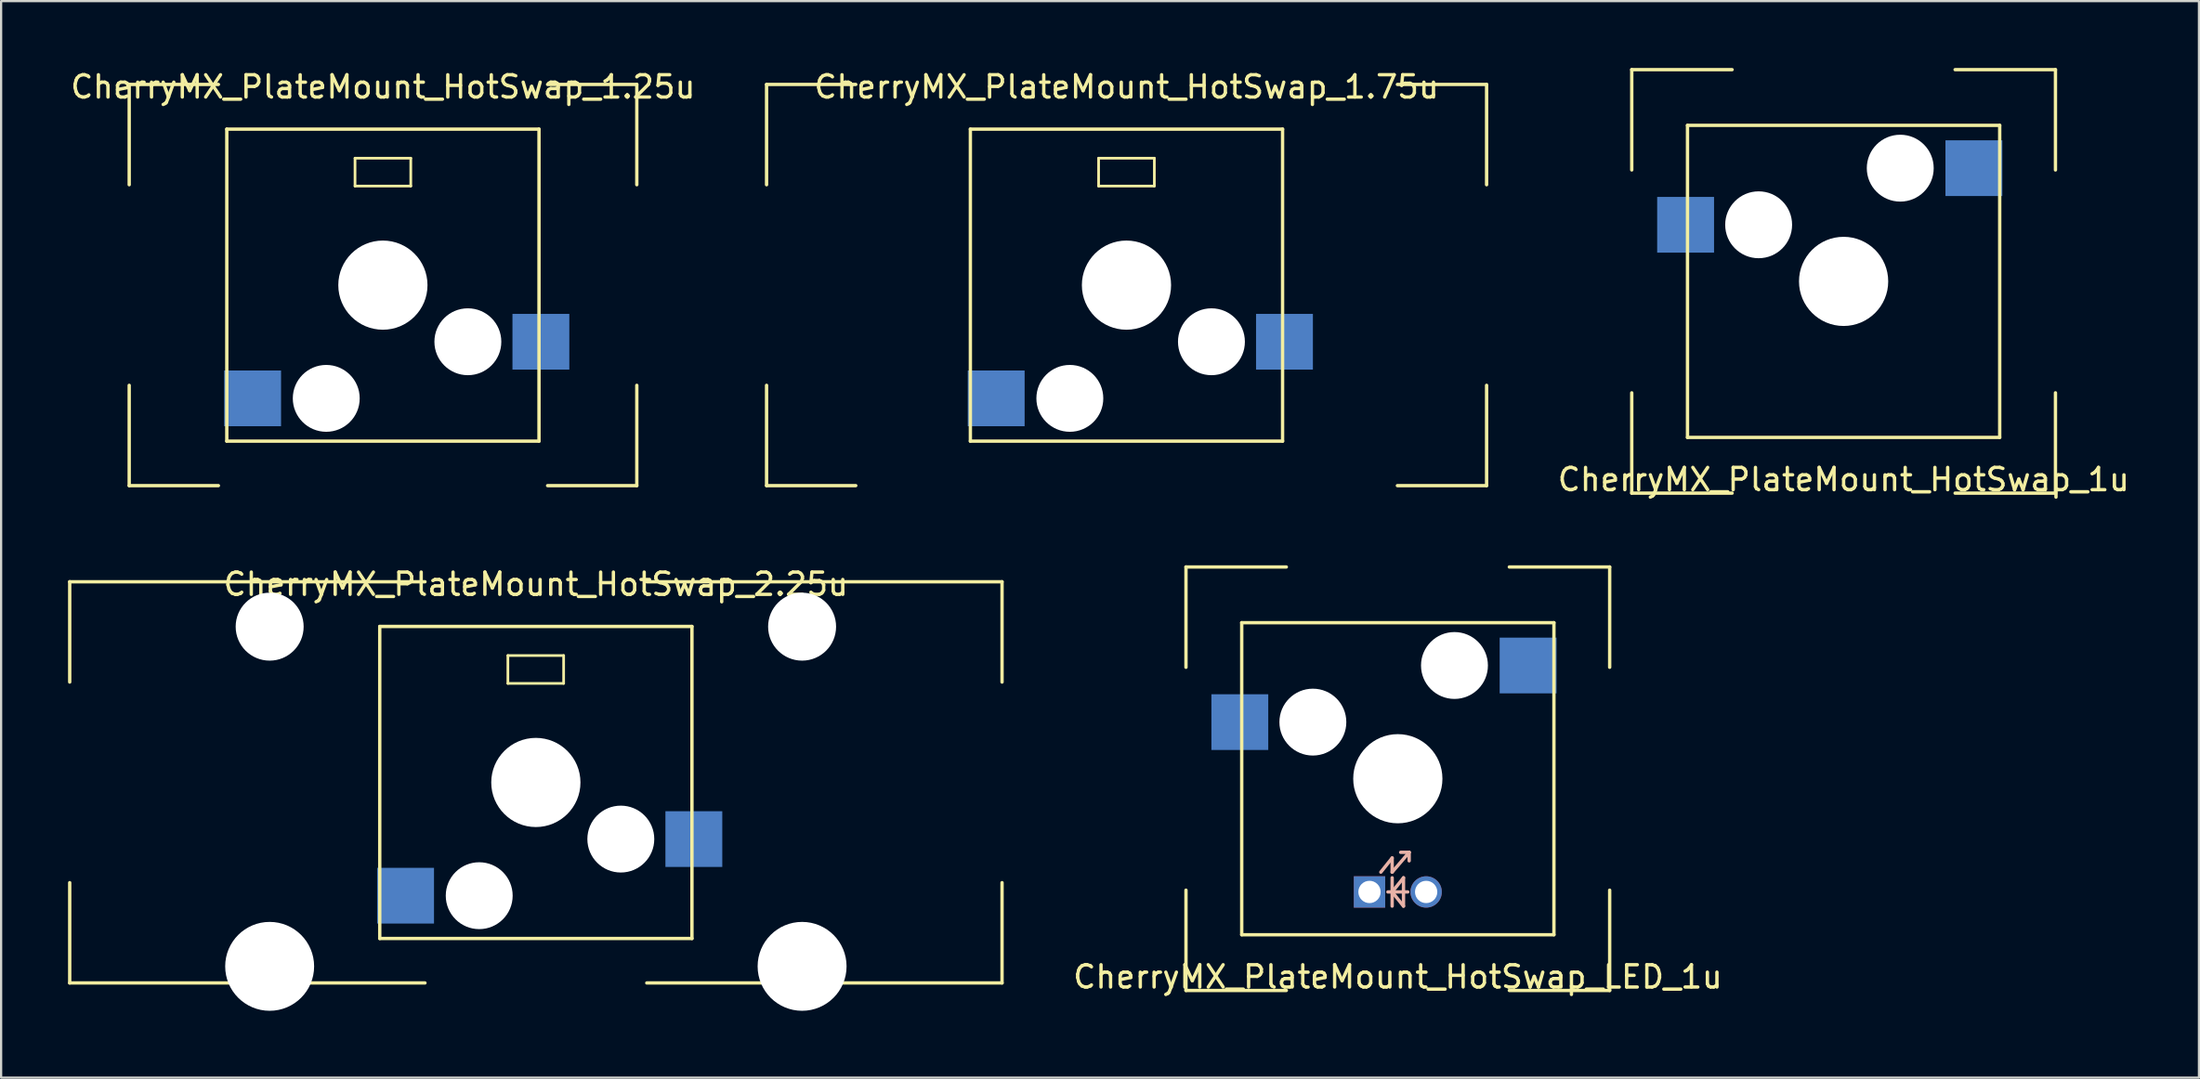
<source format=kicad_pcb>
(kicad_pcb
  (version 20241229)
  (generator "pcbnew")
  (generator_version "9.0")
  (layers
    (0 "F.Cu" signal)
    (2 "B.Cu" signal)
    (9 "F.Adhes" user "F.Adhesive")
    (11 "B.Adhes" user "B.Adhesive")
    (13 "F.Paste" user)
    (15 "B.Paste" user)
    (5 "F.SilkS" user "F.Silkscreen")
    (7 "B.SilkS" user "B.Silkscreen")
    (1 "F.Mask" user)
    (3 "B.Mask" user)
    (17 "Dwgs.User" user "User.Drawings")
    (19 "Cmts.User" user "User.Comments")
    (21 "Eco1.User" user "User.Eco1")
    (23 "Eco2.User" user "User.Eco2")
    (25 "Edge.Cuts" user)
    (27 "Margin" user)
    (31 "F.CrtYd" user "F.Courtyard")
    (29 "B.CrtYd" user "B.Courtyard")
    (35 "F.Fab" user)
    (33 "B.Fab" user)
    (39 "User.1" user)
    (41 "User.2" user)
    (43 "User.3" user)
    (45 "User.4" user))
  (footprint "CherryMX_PlateMount_HotSwap_LED_1u"
    (layer "F.Cu")
    (at 59.632 31.888)
    (property "Reference" "CherryMX_PlateMount_HotSwap_LED_1u" (at 0 8.89 0) (layer "F.SilkS") (effects (font (size 1 1) (thickness 0.15))))
    (attr through_hole)
    (fp_line (start -9.5 -9.5) (end -9.5 -5) (stroke (width 0.15) (type solid)) (layer "F.SilkS"))
    (fp_line (start -9.5 -9.5) (end -5 -9.5) (stroke (width 0.15) (type solid)) (layer "F.SilkS"))
    (fp_line (start -9.5 5) (end -9.5 9.5) (stroke (width 0.15) (type solid)) (layer "F.SilkS"))
    (fp_line (start -9.5 9.5) (end -5 9.5) (stroke (width 0.15) (type solid)) (layer "F.SilkS"))
    (fp_line (start -7 -7) (end 7 -7) (stroke (width 0.15) (type solid)) (layer "F.SilkS"))
    (fp_line (start -7 7) (end -7 -7) (stroke (width 0.15) (type solid)) (layer "F.SilkS"))
    (fp_line (start 5 9.5) (end 9.5 9.5) (stroke (width 0.15) (type solid)) (layer "F.SilkS"))
    (fp_line (start 7 -7) (end 7 7) (stroke (width 0.15) (type solid)) (layer "F.SilkS"))
    (fp_line (start 7 7) (end -7 7) (stroke (width 0.15) (type solid)) (layer "F.SilkS"))
    (fp_line (start 9.5 -9.5) (end 5 -9.5) (stroke (width 0.15) (type solid)) (layer "F.SilkS"))
    (fp_line (start 9.5 -5) (end 9.5 -9.5) (stroke (width 0.15) (type solid)) (layer "F.SilkS"))
    (fp_line (start 9.5 5) (end 9.5 9.5) (stroke (width 0.15) (type solid)) (layer "F.SilkS"))
    (fp_line (start -0.762 4.191) (end -0.254 3.556) (stroke (width 0.15) (type solid)) (layer "B.SilkS"))
    (fp_line (start -0.445 5.08) (end 0.445 5.08) (stroke (width 0.15) (type solid)) (layer "B.SilkS"))
    (fp_line (start -0.254 3.556) (end -0.254 4.191) (stroke (width 0.15) (type solid)) (layer "B.SilkS"))
    (fp_line (start -0.254 4.191) (end 0.508 3.302) (stroke (width 0.15) (type solid)) (layer "B.SilkS"))
    (fp_line (start -0.254 4.445) (end -0.254 5.715) (stroke (width 0.15) (type solid)) (layer "B.SilkS"))
    (fp_line (start -0.254 5.08) (end 0.254 4.445) (stroke (width 0.15) (type solid)) (layer "B.SilkS"))
    (fp_line (start 0.254 5.715) (end -0.254 5.08) (stroke (width 0.15) (type solid)) (layer "B.SilkS"))
    (fp_line (start 0.254 5.715) (end 0.254 4.445) (stroke (width 0.15) (type solid)) (layer "B.SilkS"))
    (fp_line (start 0.508 3.302) (end 0.127 3.302) (stroke (width 0.15) (type solid)) (layer "B.SilkS"))
    (fp_line (start 0.508 3.302) (end 0.508 3.683) (stroke (width 0.15) (type solid)) (layer "B.SilkS"))
    (pad "" np_thru_hole circle (at -3.81 -2.54) (size 3 3) (drill 3) (layers "*.Cu" "*.Mask"))
    (pad "" np_thru_hole circle (at 0 0) (size 4 4) (drill 4) (layers "*.Cu" "*.Mask"))
    (pad "" np_thru_hole circle (at 2.54 -5.08) (size 3 3) (drill 3) (layers "*.Cu" "*.Mask"))
    (pad "1" smd rect (at -7.085 -2.54) (size 2.55 2.5) (layers "F.Mask" "B.Cu" "F.Paste"))
    (pad "2" smd rect (at 5.842 -5.08) (size 2.55 2.5) (layers "F.Mask" "B.Cu" "F.Paste"))
    (pad "3" thru_hole rect (at -1.27 5.08) (size 1.406 1.406) (drill 1) (layers "*.Cu" "*.Mask"))
    (pad "4" thru_hole circle (at 1.27 5.08) (size 1.406 1.406) (drill 1) (layers "*.Cu" "*.Mask")))
  (footprint "CherryMX_PlateMount_HotSwap_2.25u"
    (layer "F.Cu")
    (at 20.98 32.051)
    (property "Reference" "CherryMX_PlateMount_HotSwap_2.25u" (at 0 -8.89 0) (layer "F.SilkS") (effects (font (size 1 1) (thickness 0.15))))
    (attr through_hole)
    (fp_line (start -20.904 -9) (end -20.904 -4.5) (stroke (width 0.15) (type solid)) (layer "F.SilkS"))
    (fp_line (start -20.904 -9) (end -4.973 -9) (stroke (width 0.15) (type solid)) (layer "F.SilkS"))
    (fp_line (start -20.904 4.5) (end -20.904 9) (stroke (width 0.15) (type solid)) (layer "F.SilkS"))
    (fp_line (start -20.904 9) (end -4.973 9) (stroke (width 0.15) (type solid)) (layer "F.SilkS"))
    (fp_line (start -7.001 -6.995) (end 6.999 -6.995) (stroke (width 0.15) (type solid)) (layer "F.SilkS"))
    (fp_line (start -7.001 7.005) (end -7.001 -6.995) (stroke (width 0.15) (type solid)) (layer "F.SilkS"))
    (fp_line (start -1.255 -5.69) (end -1.255 -4.44) (stroke (width 0.12) (type solid)) (layer "F.SilkS"))
    (fp_line (start 1.245 -5.69) (end -1.255 -5.69) (stroke (width 0.12) (type solid)) (layer "F.SilkS"))
    (fp_line (start 1.245 -4.44) (end -1.255 -4.44) (stroke (width 0.12) (type solid)) (layer "F.SilkS"))
    (fp_line (start 1.245 -4.44) (end 1.245 -5.69) (stroke (width 0.12) (type solid)) (layer "F.SilkS"))
    (fp_line (start 4.973 -9) (end 20.904 -9) (stroke (width 0.15) (type solid)) (layer "F.SilkS"))
    (fp_line (start 4.973 9) (end 20.904 9) (stroke (width 0.15) (type solid)) (layer "F.SilkS"))
    (fp_line (start 6.999 -6.995) (end 6.999 7.005) (stroke (width 0.15) (type solid)) (layer "F.SilkS"))
    (fp_line (start 6.999 7.005) (end -7.001 7.005) (stroke (width 0.15) (type solid)) (layer "F.SilkS"))
    (fp_line (start 20.904 -4.5) (end 20.904 -9) (stroke (width 0.15) (type solid)) (layer "F.SilkS"))
    (fp_line (start 20.904 4.5) (end 20.904 9) (stroke (width 0.15) (type solid)) (layer "F.SilkS"))
    (pad "" np_thru_hole circle (at -11.938 -6.985) (size 3.048 3.048) (drill 3.048) (layers "*.Cu" "*.Mask"))
    (pad "" np_thru_hole circle (at -11.938 8.255) (size 3.988 3.988) (drill 3.988) (layers "*.Cu" "*.Mask"))
    (pad "" np_thru_hole circle (at -2.541 5.085 180) (size 3 3) (drill 3) (layers "*.Cu" "*.Mask"))
    (pad "" np_thru_hole circle (at -0.001 0.005 180) (size 4 4) (drill 4) (layers "*.Cu" "*.Mask"))
    (pad "" np_thru_hole circle (at 3.809 2.545 180) (size 3 3) (drill 3) (layers "*.Cu" "*.Mask"))
    (pad "" np_thru_hole circle (at 11.938 -6.985) (size 3.048 3.048) (drill 3.048) (layers "*.Cu" "*.Mask"))
    (pad "" np_thru_hole circle (at 11.938 8.255) (size 3.988 3.988) (drill 3.988) (layers "*.Cu" "*.Mask"))
    (pad "1" smd rect (at 7.084 2.545 180) (size 2.55 2.5) (layers "B.Cu" "B.Mask" "B.Paste"))
    (pad "2" smd rect (at -5.843 5.085 180) (size 2.55 2.5) (layers "B.Cu" "B.Mask" "B.Paste")))
  (footprint "CherryMX_PlateMount_HotSwap_1u"
    (layer "F.Cu")
    (at 79.622 9.575)
    (property "Reference" "CherryMX_PlateMount_HotSwap_1u" (at 0 8.89 0) (layer "F.SilkS") (effects (font (size 1 1) (thickness 0.15))))
    (attr through_hole)
    (fp_line (start -9.5 -9.5) (end -9.5 -5) (stroke (width 0.15) (type solid)) (layer "F.SilkS"))
    (fp_line (start -9.5 -9.5) (end -5 -9.5) (stroke (width 0.15) (type solid)) (layer "F.SilkS"))
    (fp_line (start -9.5 5) (end -9.5 9.5) (stroke (width 0.15) (type solid)) (layer "F.SilkS"))
    (fp_line (start -9.5 9.5) (end -5 9.5) (stroke (width 0.15) (type solid)) (layer "F.SilkS"))
    (fp_line (start -7 -7) (end 7 -7) (stroke (width 0.15) (type solid)) (layer "F.SilkS"))
    (fp_line (start -7 7) (end -7 -7) (stroke (width 0.15) (type solid)) (layer "F.SilkS"))
    (fp_line (start 5 9.5) (end 9.5 9.5) (stroke (width 0.15) (type solid)) (layer "F.SilkS"))
    (fp_line (start 7 -7) (end 7 7) (stroke (width 0.15) (type solid)) (layer "F.SilkS"))
    (fp_line (start 7 7) (end -7 7) (stroke (width 0.15) (type solid)) (layer "F.SilkS"))
    (fp_line (start 9.5 -9.5) (end 5 -9.5) (stroke (width 0.15) (type solid)) (layer "F.SilkS"))
    (fp_line (start 9.5 -5) (end 9.5 -9.5) (stroke (width 0.15) (type solid)) (layer "F.SilkS"))
    (fp_line (start 9.5 5) (end 9.5 9.5) (stroke (width 0.15) (type solid)) (layer "F.SilkS"))
    (pad "" np_thru_hole circle (at -3.81 -2.54) (size 3 3) (drill 3) (layers "*.Cu" "*.Mask"))
    (pad "" np_thru_hole circle (at 0 0) (size 4 4) (drill 4) (layers "*.Cu" "*.Mask"))
    (pad "" np_thru_hole circle (at 2.54 -5.08) (size 3 3) (drill 3) (layers "*.Cu" "*.Mask"))
    (pad "1" smd rect (at -7.085 -2.54) (size 2.55 2.5) (layers "B.Cu" "B.Mask" "B.Paste"))
    (pad "2" smd rect (at 5.842 -5.08) (size 2.55 2.5) (layers "B.Cu" "B.Mask" "B.Paste")))
  (footprint "CherryMX_PlateMount_HotSwap_1.25u"
    (layer "F.Cu")
    (at 14.125 9.738)
    (property "Reference" "CherryMX_PlateMount_HotSwap_1.25u" (at 0 -8.89 0) (layer "F.SilkS") (effects (font (size 1 1) (thickness 0.15))))
    (attr through_hole)
    (fp_line (start -11.381 -9) (end -11.381 -4.5) (stroke (width 0.15) (type solid)) (layer "F.SilkS"))
    (fp_line (start -11.381 -9) (end -7.381 -9) (stroke (width 0.15) (type solid)) (layer "F.SilkS"))
    (fp_line (start -11.381 4.5) (end -11.381 9) (stroke (width 0.15) (type solid)) (layer "F.SilkS"))
    (fp_line (start -11.381 9) (end -7.381 9) (stroke (width 0.15) (type solid)) (layer "F.SilkS"))
    (fp_line (start -7.005 -6.995) (end 6.995 -6.995) (stroke (width 0.15) (type solid)) (layer "F.SilkS"))
    (fp_line (start -7.005 7.005) (end -7.005 -6.995) (stroke (width 0.15) (type solid)) (layer "F.SilkS"))
    (fp_line (start -1.255 -5.69) (end -1.255 -4.44) (stroke (width 0.12) (type solid)) (layer "F.SilkS"))
    (fp_line (start 1.245 -5.69) (end -1.255 -5.69) (stroke (width 0.12) (type solid)) (layer "F.SilkS"))
    (fp_line (start 1.245 -4.44) (end -1.255 -4.44) (stroke (width 0.12) (type solid)) (layer "F.SilkS"))
    (fp_line (start 1.245 -4.44) (end 1.245 -5.69) (stroke (width 0.12) (type solid)) (layer "F.SilkS"))
    (fp_line (start 6.995 -6.995) (end 6.995 7.005) (stroke (width 0.15) (type solid)) (layer "F.SilkS"))
    (fp_line (start 6.995 7.005) (end -7.005 7.005) (stroke (width 0.15) (type solid)) (layer "F.SilkS"))
    (fp_line (start 7.381 9) (end 11.381 9) (stroke (width 0.15) (type solid)) (layer "F.SilkS"))
    (fp_line (start 11.381 -9) (end 7.381 -9) (stroke (width 0.15) (type solid)) (layer "F.SilkS"))
    (fp_line (start 11.381 -4.5) (end 11.381 -9) (stroke (width 0.15) (type solid)) (layer "F.SilkS"))
    (fp_line (start 11.381 4.5) (end 11.381 9) (stroke (width 0.15) (type solid)) (layer "F.SilkS"))
    (pad "" np_thru_hole circle (at -2.545 5.085 180) (size 3 3) (drill 3) (layers "*.Cu" "*.Mask"))
    (pad "" np_thru_hole circle (at -0.005 0.005 180) (size 4 4) (drill 4) (layers "*.Cu" "*.Mask"))
    (pad "" np_thru_hole circle (at 3.805 2.545 180) (size 3 3) (drill 3) (layers "*.Cu" "*.Mask"))
    (pad "1" smd rect (at 7.08 2.545 180) (size 2.55 2.5) (layers "B.Cu" "B.Mask" "B.Paste"))
    (pad "2" smd rect (at -5.847 5.085 180) (size 2.55 2.5) (layers "B.Cu" "B.Mask" "B.Paste")))
  (footprint "CherryMX_PlateMount_HotSwap_1.75u"
    (layer "F.Cu")
    (at 47.469 9.738)
    (property "Reference" "CherryMX_PlateMount_HotSwap_1.75u" (at 0 -8.89 0) (layer "F.SilkS") (effects (font (size 1 1) (thickness 0.15))))
    (attr through_hole)
    (fp_line (start -16.144 -9) (end -16.144 -4.5) (stroke (width 0.15) (type solid)) (layer "F.SilkS"))
    (fp_line (start -16.144 -9) (end -12.144 -9) (stroke (width 0.15) (type solid)) (layer "F.SilkS"))
    (fp_line (start -16.144 4.5) (end -16.144 9) (stroke (width 0.15) (type solid)) (layer "F.SilkS"))
    (fp_line (start -16.144 9) (end -12.144 9) (stroke (width 0.15) (type solid)) (layer "F.SilkS"))
    (fp_line (start -7.005 -6.995) (end 6.995 -6.995) (stroke (width 0.15) (type solid)) (layer "F.SilkS"))
    (fp_line (start -7.005 7.005) (end -7.005 -6.995) (stroke (width 0.15) (type solid)) (layer "F.SilkS"))
    (fp_line (start -1.255 -5.69) (end -1.255 -4.44) (stroke (width 0.12) (type solid)) (layer "F.SilkS"))
    (fp_line (start 1.245 -5.69) (end -1.255 -5.69) (stroke (width 0.12) (type solid)) (layer "F.SilkS"))
    (fp_line (start 1.245 -4.44) (end -1.255 -4.44) (stroke (width 0.12) (type solid)) (layer "F.SilkS"))
    (fp_line (start 1.245 -4.44) (end 1.245 -5.69) (stroke (width 0.12) (type solid)) (layer "F.SilkS"))
    (fp_line (start 6.995 -6.995) (end 6.995 7.005) (stroke (width 0.15) (type solid)) (layer "F.SilkS"))
    (fp_line (start 6.995 7.005) (end -7.005 7.005) (stroke (width 0.15) (type solid)) (layer "F.SilkS"))
    (fp_line (start 12.144 9) (end 16.144 9) (stroke (width 0.15) (type solid)) (layer "F.SilkS"))
    (fp_line (start 16.144 -9) (end 12.144 -9) (stroke (width 0.15) (type solid)) (layer "F.SilkS"))
    (fp_line (start 16.144 -4.5) (end 16.144 -9) (stroke (width 0.15) (type solid)) (layer "F.SilkS"))
    (fp_line (start 16.144 4.5) (end 16.144 9) (stroke (width 0.15) (type solid)) (layer "F.SilkS"))
    (pad "" np_thru_hole circle (at -2.545 5.085 180) (size 3 3) (drill 3) (layers "*.Cu" "*.Mask"))
    (pad "" np_thru_hole circle (at -0.005 0.005 180) (size 4 4) (drill 4) (layers "*.Cu" "*.Mask"))
    (pad "" np_thru_hole circle (at 3.805 2.545 180) (size 3 3) (drill 3) (layers "*.Cu" "*.Mask"))
    (pad "1" smd rect (at 7.08 2.545 180) (size 2.55 2.5) (layers "B.Cu" "B.Mask" "B.Paste"))
    (pad "2" smd rect (at -5.847 5.085 180) (size 2.55 2.5) (layers "B.Cu" "B.Mask" "B.Paste")))
  (gr_rect
    (start -3 -3)
    (end 95.557 45.3)
    (stroke (width 0.1) (type default))
    (fill no)
    (layer "Edge.Cuts")))
</source>
